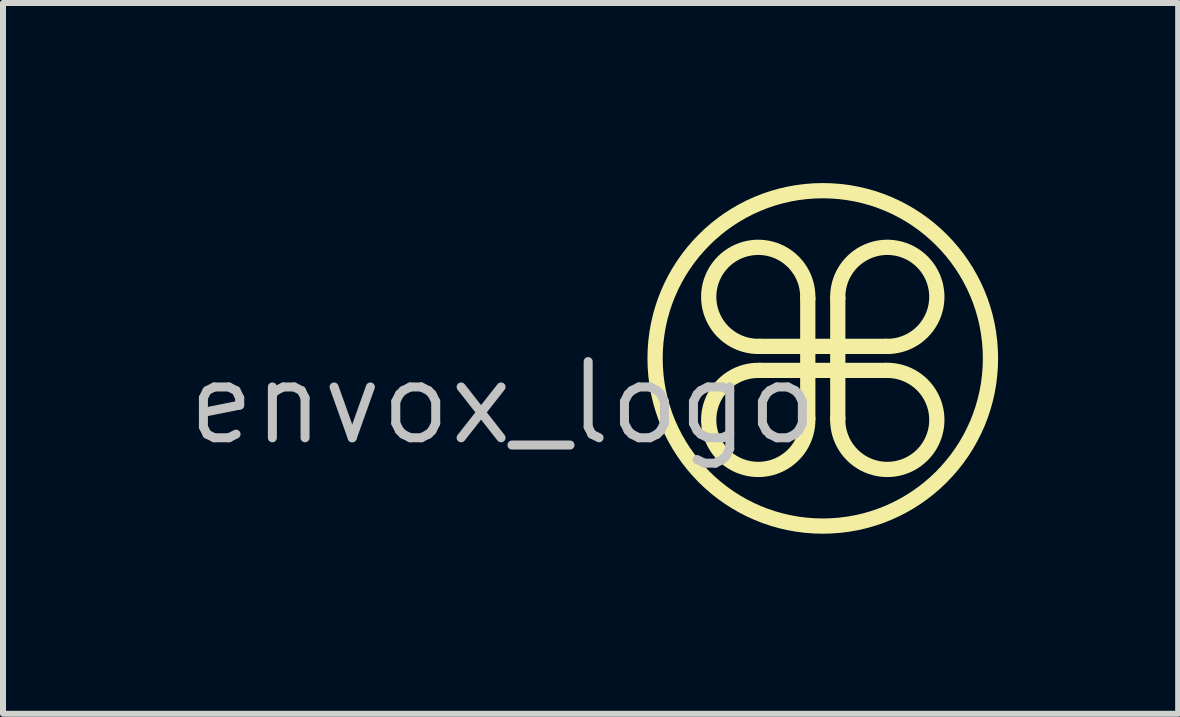
<source format=kicad_pcb>
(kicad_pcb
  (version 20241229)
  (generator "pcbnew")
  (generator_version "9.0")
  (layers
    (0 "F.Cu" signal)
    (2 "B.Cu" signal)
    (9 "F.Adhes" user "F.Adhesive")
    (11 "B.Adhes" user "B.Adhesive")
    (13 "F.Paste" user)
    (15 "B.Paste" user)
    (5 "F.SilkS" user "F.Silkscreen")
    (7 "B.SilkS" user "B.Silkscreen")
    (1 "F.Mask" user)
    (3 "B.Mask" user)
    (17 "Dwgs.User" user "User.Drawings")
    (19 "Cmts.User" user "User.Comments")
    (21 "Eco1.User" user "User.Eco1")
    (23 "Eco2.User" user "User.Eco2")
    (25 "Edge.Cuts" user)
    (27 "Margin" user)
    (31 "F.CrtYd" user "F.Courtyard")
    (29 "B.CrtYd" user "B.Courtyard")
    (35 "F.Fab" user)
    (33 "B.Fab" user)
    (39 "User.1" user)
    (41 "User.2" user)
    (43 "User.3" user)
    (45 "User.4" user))
  (footprint "envox_logo"
    (layer "F.Cu")
    (at 10.658 2.921)
    (property "Reference" "envox_logo" (at 0 0 0) (layer "Dwgs.User") (effects (font (size 1.27 1.27) (thickness 0.15)) (justify right top)))
    (attr through_hole)
    (fp_line (start -1.05 -0.2) (end 1.05 -0.2) (stroke (width 0.254) (type solid)) (layer "F.SilkS"))
    (fp_line (start -1.05 0.2) (end 1.05 0.2) (stroke (width 0.254) (type solid)) (layer "F.SilkS"))
    (fp_line (start -0.25 -1) (end -0.25 1) (stroke (width 0.254) (type solid)) (layer "F.SilkS"))
    (fp_line (start 0.25 -1) (end 0.25 1) (stroke (width 0.254) (type solid)) (layer "F.SilkS"))
    (fp_arc (start -1.05 -0.2) (mid -1.658476 -1.608772) (end -0.250013 -0.999581) (stroke (width 0.254) (type solid)) (layer "F.SilkS"))
    (fp_arc (start -0.25 1) (mid -1.658772 1.608476) (end -1.049581 0.200013) (stroke (width 0.254) (type solid)) (layer "F.SilkS"))
    (fp_arc (start 0.25 -1) (mid 1.658772 -1.608476) (end 1.049581 -0.200013) (stroke (width 0.254) (type solid)) (layer "F.SilkS"))
    (fp_arc (start 1.05 0.2) (mid 1.658476 1.608772) (end 0.250013 0.999581) (stroke (width 0.254) (type solid)) (layer "F.SilkS"))
    (fp_circle (center 0 0) (end 2.794 0) (stroke (width 0.254) (type solid)) (fill no) (layer "F.SilkS")))
  (gr_rect
    (start -3 -3)
    (end 16.579 8.842)
    (stroke (width 0.1) (type default))
    (fill no)
    (layer "Edge.Cuts")))
</source>
